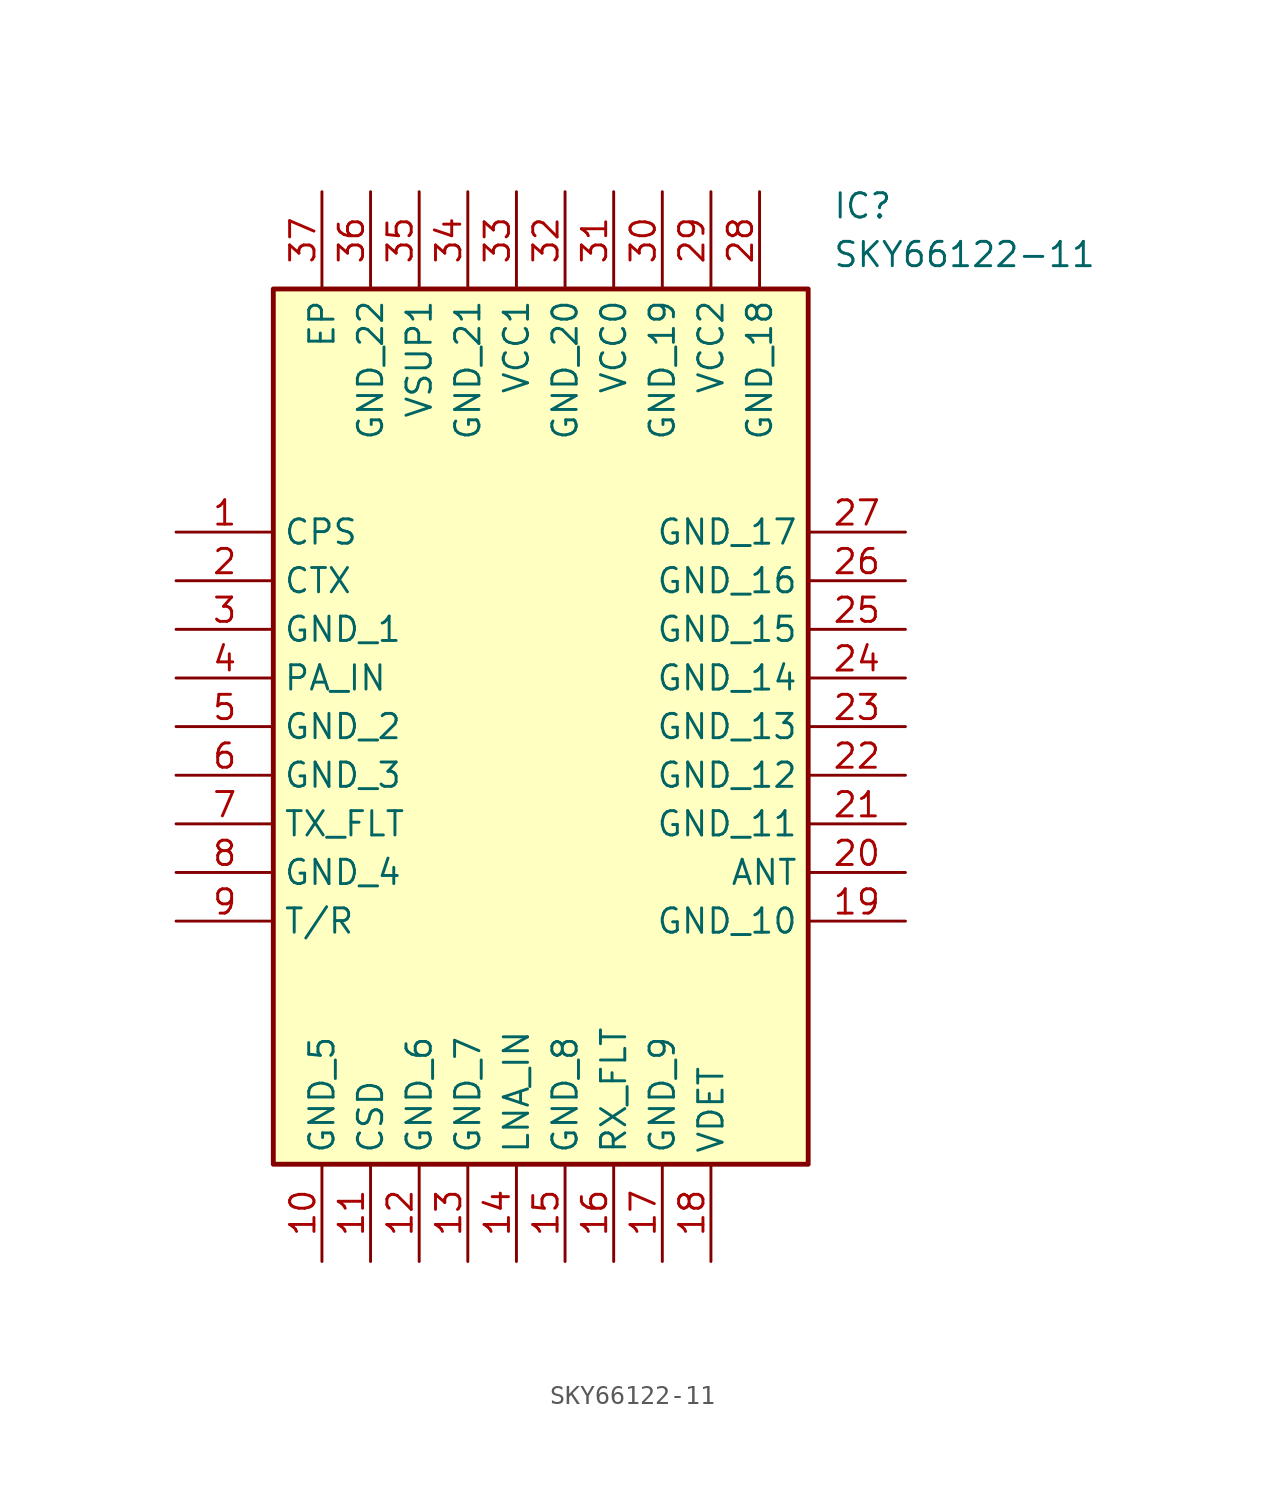
<source format=kicad_sym>
(kicad_symbol_lib
  (version 20211014)
  (generator SamacSys_ECAD_Model)
  (symbol "SKY66122-11"
    (property "Reference" "IC"
      (at 34.29 17.78 0)
      (effects (font (size 1.27 1.27)) (justify left top)))
    (property "Value" "SKY66122-11"
      (at 34.29 15.24 0)
      (effects (font (size 1.27 1.27)) (justify left top)))
    (rectangle
      (start 5.08 12.7)
      (end 33.02 -33.02)
      (stroke (width 0.254) (type default))
      (fill (type background)))
    (pin passive line
      (at 0 0 0)
      (length 5.08)
      (name "CPS" (effects (font (size 1.27 1.27))))
      (number "1" (effects (font (size 1.27 1.27)))))
    (pin passive line
      (at 0 -2.54 0)
      (length 5.08)
      (name "CTX" (effects (font (size 1.27 1.27))))
      (number "2" (effects (font (size 1.27 1.27)))))
    (pin passive line
      (at 0 -5.08 0)
      (length 5.08)
      (name "GND_1" (effects (font (size 1.27 1.27))))
      (number "3" (effects (font (size 1.27 1.27)))))
    (pin passive line
      (at 0 -7.62 0)
      (length 5.08)
      (name "PA_IN" (effects (font (size 1.27 1.27))))
      (number "4" (effects (font (size 1.27 1.27)))))
    (pin passive line
      (at 0 -10.16 0)
      (length 5.08)
      (name "GND_2" (effects (font (size 1.27 1.27))))
      (number "5" (effects (font (size 1.27 1.27)))))
    (pin passive line
      (at 0 -12.7 0)
      (length 5.08)
      (name "GND_3" (effects (font (size 1.27 1.27))))
      (number "6" (effects (font (size 1.27 1.27)))))
    (pin passive line
      (at 0 -15.24 0)
      (length 5.08)
      (name "TX_FLT" (effects (font (size 1.27 1.27))))
      (number "7" (effects (font (size 1.27 1.27)))))
    (pin passive line
      (at 0 -17.78 0)
      (length 5.08)
      (name "GND_4" (effects (font (size 1.27 1.27))))
      (number "8" (effects (font (size 1.27 1.27)))))
    (pin passive line
      (at 0 -20.32 0)
      (length 5.08)
      (name "T/R" (effects (font (size 1.27 1.27))))
      (number "9" (effects (font (size 1.27 1.27)))))
    (pin passive line
      (at 7.62 -38.1 90)
      (length 5.08)
      (name "GND_5" (effects (font (size 1.27 1.27))))
      (number "10" (effects (font (size 1.27 1.27)))))
    (pin passive line
      (at 10.16 -38.1 90)
      (length 5.08)
      (name "CSD" (effects (font (size 1.27 1.27))))
      (number "11" (effects (font (size 1.27 1.27)))))
    (pin passive line
      (at 12.7 -38.1 90)
      (length 5.08)
      (name "GND_6" (effects (font (size 1.27 1.27))))
      (number "12" (effects (font (size 1.27 1.27)))))
    (pin passive line
      (at 15.24 -38.1 90)
      (length 5.08)
      (name "GND_7" (effects (font (size 1.27 1.27))))
      (number "13" (effects (font (size 1.27 1.27)))))
    (pin passive line
      (at 17.78 -38.1 90)
      (length 5.08)
      (name "LNA_IN" (effects (font (size 1.27 1.27))))
      (number "14" (effects (font (size 1.27 1.27)))))
    (pin passive line
      (at 20.32 -38.1 90)
      (length 5.08)
      (name "GND_8" (effects (font (size 1.27 1.27))))
      (number "15" (effects (font (size 1.27 1.27)))))
    (pin passive line
      (at 22.86 -38.1 90)
      (length 5.08)
      (name "RX_FLT" (effects (font (size 1.27 1.27))))
      (number "16" (effects (font (size 1.27 1.27)))))
    (pin passive line
      (at 25.4 -38.1 90)
      (length 5.08)
      (name "GND_9" (effects (font (size 1.27 1.27))))
      (number "17" (effects (font (size 1.27 1.27)))))
    (pin passive line
      (at 27.94 -38.1 90)
      (length 5.08)
      (name "VDET" (effects (font (size 1.27 1.27))))
      (number "18" (effects (font (size 1.27 1.27)))))
    (pin passive line
      (at 38.1 -20.32 180)
      (length 5.08)
      (name "GND_10" (effects (font (size 1.27 1.27))))
      (number "19" (effects (font (size 1.27 1.27)))))
    (pin passive line
      (at 38.1 -17.78 180)
      (length 5.08)
      (name "ANT" (effects (font (size 1.27 1.27))))
      (number "20" (effects (font (size 1.27 1.27)))))
    (pin passive line
      (at 38.1 -15.24 180)
      (length 5.08)
      (name "GND_11" (effects (font (size 1.27 1.27))))
      (number "21" (effects (font (size 1.27 1.27)))))
    (pin passive line
      (at 38.1 -12.7 180)
      (length 5.08)
      (name "GND_12" (effects (font (size 1.27 1.27))))
      (number "22" (effects (font (size 1.27 1.27)))))
    (pin passive line
      (at 38.1 -10.16 180)
      (length 5.08)
      (name "GND_13" (effects (font (size 1.27 1.27))))
      (number "23" (effects (font (size 1.27 1.27)))))
    (pin passive line
      (at 38.1 -7.62 180)
      (length 5.08)
      (name "GND_14" (effects (font (size 1.27 1.27))))
      (number "24" (effects (font (size 1.27 1.27)))))
    (pin passive line
      (at 38.1 -5.08 180)
      (length 5.08)
      (name "GND_15" (effects (font (size 1.27 1.27))))
      (number "25" (effects (font (size 1.27 1.27)))))
    (pin passive line
      (at 38.1 -2.54 180)
      (length 5.08)
      (name "GND_16" (effects (font (size 1.27 1.27))))
      (number "26" (effects (font (size 1.27 1.27)))))
    (pin passive line
      (at 38.1 0 180)
      (length 5.08)
      (name "GND_17" (effects (font (size 1.27 1.27))))
      (number "27" (effects (font (size 1.27 1.27)))))
    (pin passive line
      (at 30.48 17.78 270)
      (length 5.08)
      (name "GND_18" (effects (font (size 1.27 1.27))))
      (number "28" (effects (font (size 1.27 1.27)))))
    (pin passive line
      (at 27.94 17.78 270)
      (length 5.08)
      (name "VCC2" (effects (font (size 1.27 1.27))))
      (number "29" (effects (font (size 1.27 1.27)))))
    (pin passive line
      (at 25.4 17.78 270)
      (length 5.08)
      (name "GND_19" (effects (font (size 1.27 1.27))))
      (number "30" (effects (font (size 1.27 1.27)))))
    (pin passive line
      (at 22.86 17.78 270)
      (length 5.08)
      (name "VCC0" (effects (font (size 1.27 1.27))))
      (number "31" (effects (font (size 1.27 1.27)))))
    (pin passive line
      (at 20.32 17.78 270)
      (length 5.08)
      (name "GND_20" (effects (font (size 1.27 1.27))))
      (number "32" (effects (font (size 1.27 1.27)))))
    (pin passive line
      (at 17.78 17.78 270)
      (length 5.08)
      (name "VCC1" (effects (font (size 1.27 1.27))))
      (number "33" (effects (font (size 1.27 1.27)))))
    (pin passive line
      (at 15.24 17.78 270)
      (length 5.08)
      (name "GND_21" (effects (font (size 1.27 1.27))))
      (number "34" (effects (font (size 1.27 1.27)))))
    (pin passive line
      (at 12.7 17.78 270)
      (length 5.08)
      (name "VSUP1" (effects (font (size 1.27 1.27))))
      (number "35" (effects (font (size 1.27 1.27)))))
    (pin passive line
      (at 10.16 17.78 270)
      (length 5.08)
      (name "GND_22" (effects (font (size 1.27 1.27))))
      (number "36" (effects (font (size 1.27 1.27)))))
    (pin passive line
      (at 7.62 17.78 270)
      (length 5.08)
      (name "EP" (effects (font (size 1.27 1.27))))
      (number "37" (effects (font (size 1.27 1.27)))))))
</source>
